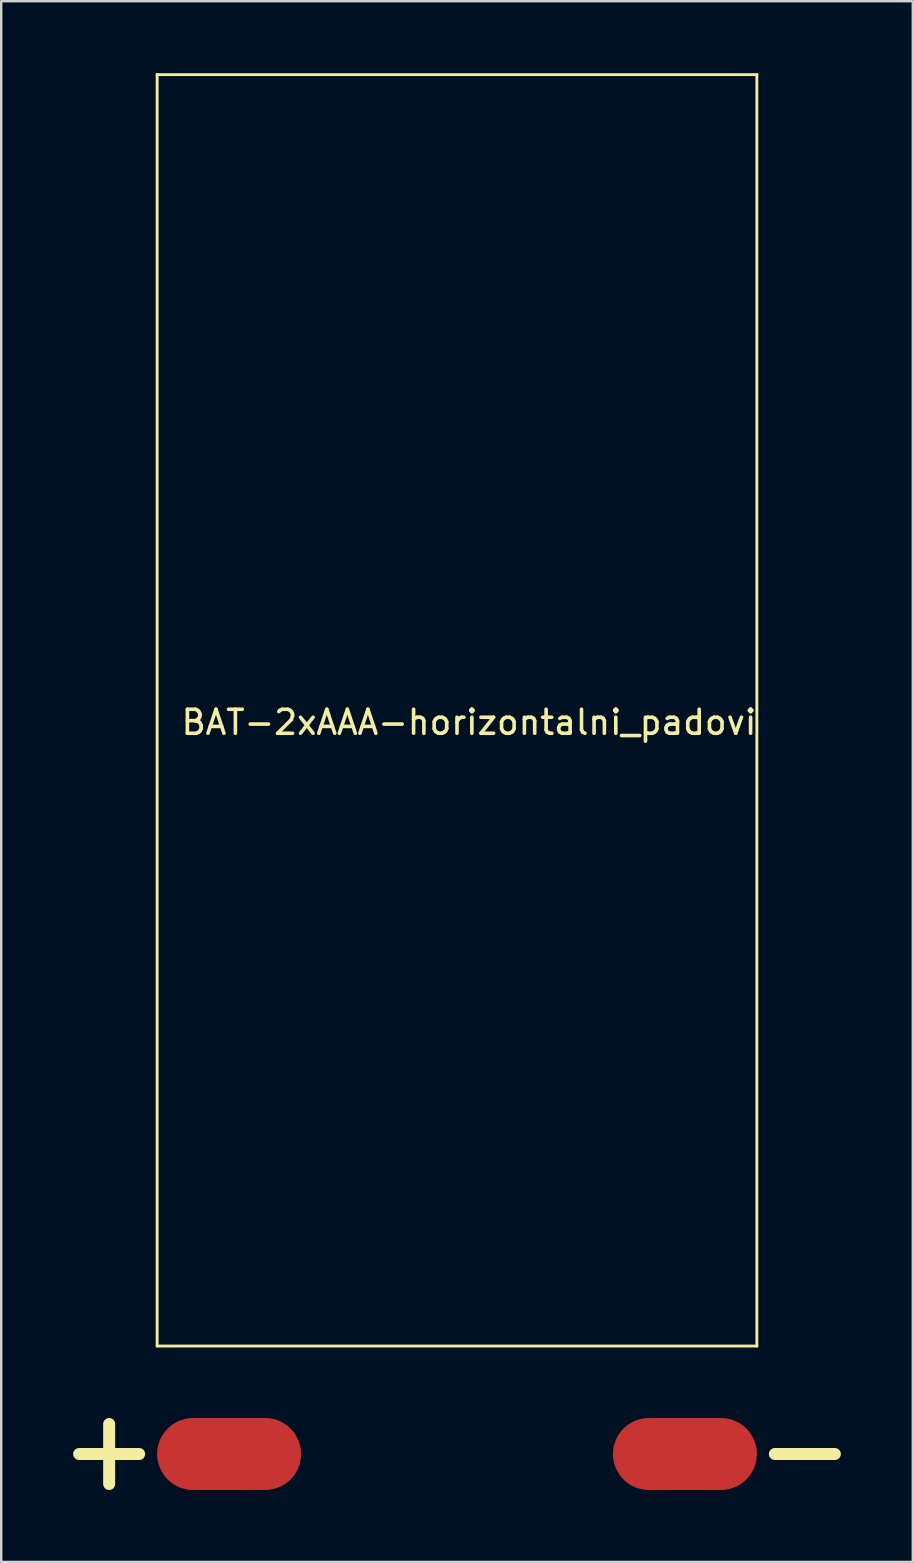
<source format=kicad_pcb>
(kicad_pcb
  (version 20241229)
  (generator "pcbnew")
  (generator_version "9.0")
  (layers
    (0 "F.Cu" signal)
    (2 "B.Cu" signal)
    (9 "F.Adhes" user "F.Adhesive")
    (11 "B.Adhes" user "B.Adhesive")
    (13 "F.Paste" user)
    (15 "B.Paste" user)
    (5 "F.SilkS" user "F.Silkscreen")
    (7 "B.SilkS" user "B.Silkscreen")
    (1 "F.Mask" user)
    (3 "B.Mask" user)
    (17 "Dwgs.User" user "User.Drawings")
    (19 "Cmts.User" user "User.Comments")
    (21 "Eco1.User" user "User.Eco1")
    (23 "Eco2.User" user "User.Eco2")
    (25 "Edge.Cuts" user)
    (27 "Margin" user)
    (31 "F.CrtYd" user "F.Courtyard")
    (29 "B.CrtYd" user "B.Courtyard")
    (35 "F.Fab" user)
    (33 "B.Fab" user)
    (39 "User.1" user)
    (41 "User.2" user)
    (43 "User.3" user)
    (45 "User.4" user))
  (footprint "BAT-2xAAA-horizontalni_padovi"
    (layer "F.Cu")
    (at 16.5 26.56)
    (property "Reference" "BAT-2xAAA-horizontalni_padovi" (at 0 0.5 0) (layer "F.SilkS") (effects (font (size 1 1) (thickness 0.15))))
    (attr through_hole)
    (fp_line (start -16.25 31) (end -13.75 31) (stroke (width 0.5) (type solid)) (layer "F.SilkS"))
    (fp_line (start -15 29.75) (end -15 32.25) (stroke (width 0.5) (type solid)) (layer "F.SilkS"))
    (fp_line (start -13 -26.5) (end -13 26.5) (stroke (width 0.12) (type solid)) (layer "F.SilkS"))
    (fp_line (start -13 -26.5) (end 12 -26.5) (stroke (width 0.12) (type solid)) (layer "F.SilkS"))
    (fp_line (start 12 -26.5) (end 12 26.5) (stroke (width 0.12) (type solid)) (layer "F.SilkS"))
    (fp_line (start 12 26.5) (end -13 26.5) (stroke (width 0.12) (type solid)) (layer "F.SilkS"))
    (fp_line (start 15.25 31) (end 12.75 31) (stroke (width 0.5) (type solid)) (layer "F.SilkS"))
    (pad "1" smd oval (at -10 31 270) (size 3 6) (layers "F.Cu" "F.Mask" "F.Paste"))
    (pad "2" smd oval (at 9 31 90) (size 3 6) (layers "F.Cu" "F.Mask" "F.Paste")))
  (gr_rect
    (start -3 -3)
    (end 35 62.06)
    (stroke (width 0.1) (type default))
    (fill no)
    (layer "Edge.Cuts")))
</source>
